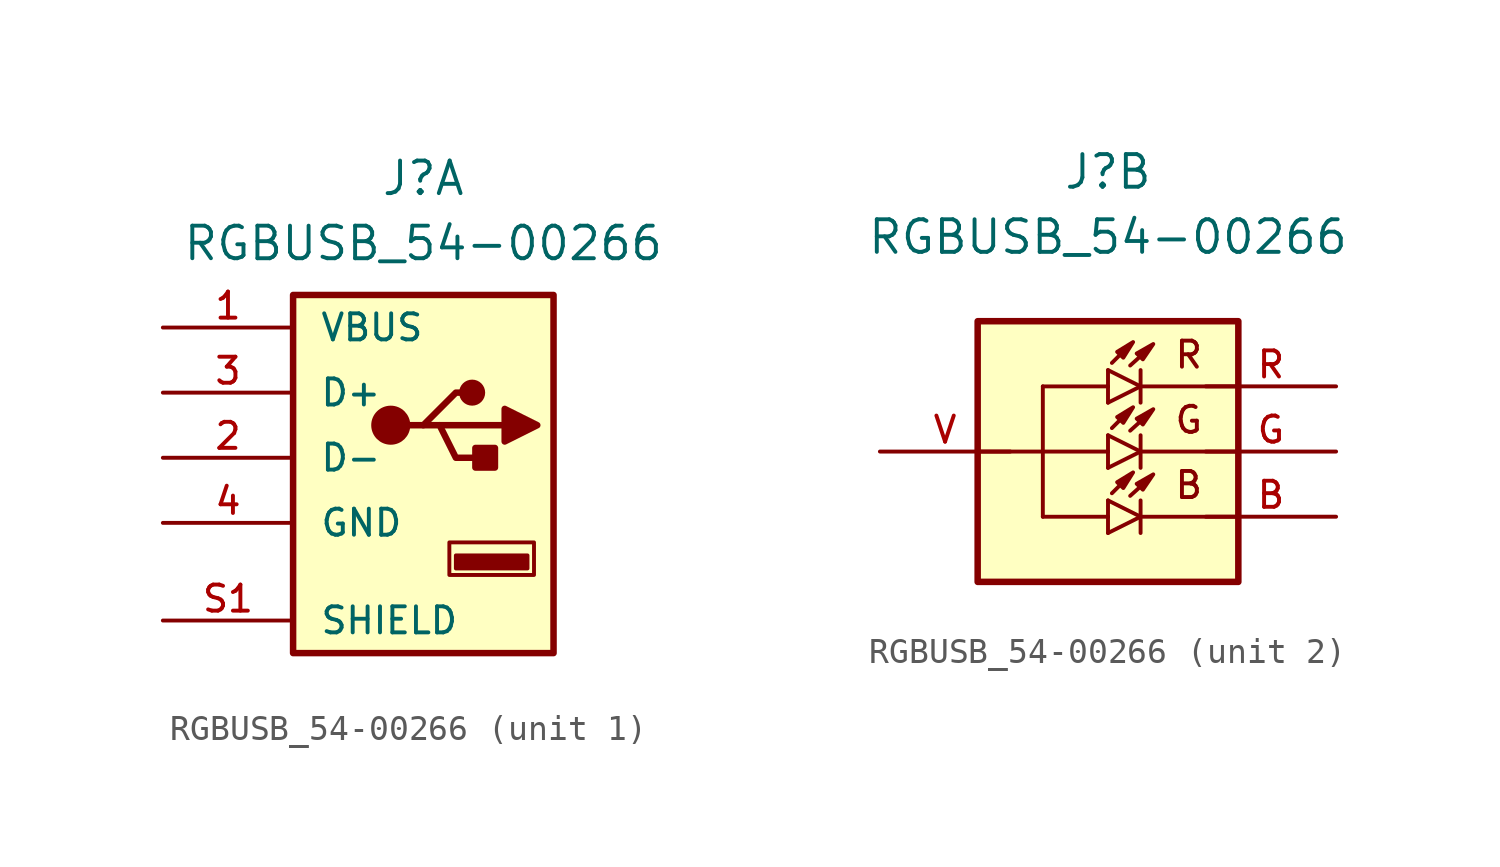
<source format=kicad_sym>
(kicad_symbol_lib
  (version 20220914)
  (generator kicad_symbol_editor)
  (symbol "RGBUSB_54-00266"
    (pin_names
      (offset 1.016))
    (property "Reference" "J"
      (at 0 10.16 0)
      (effects (font (size 1.27 1.27)) (justify bottom)))
    (property "Value" "RGBUSB_54-00266"
      (at 0 7.62 0)
      (effects (font (size 1.27 1.27)) (justify bottom)))
    (symbol "RGBUSB_54-00266_1_0"
      (rectangle (start -5.08 6.35) (end 5.08 -7.62) (stroke (width 0.254) (type default)) (fill (type background)))
      (pin power_in line (at -10.16 5.08 0) (length 5.08) (name "VBUS" (effects (font (size 1.016 1.016)))) (number "1" (effects (font (size 1.016 1.016)))))
      (pin bidirectional line (at -10.16 0 0) (length 5.08) (name "D-" (effects (font (size 1.016 1.016)))) (number "2" (effects (font (size 1.016 1.016)))))
      (pin bidirectional line (at -10.16 2.54 0) (length 5.08) (name "D+" (effects (font (size 1.016 1.016)))) (number "3" (effects (font (size 1.016 1.016)))))
      (pin power_in line (at -10.16 -2.54 0) (length 5.08) (name "GND" (effects (font (size 1.016 1.016)))) (number "4" (effects (font (size 1.016 1.016)))))
      (pin passive line (at -10.16 -6.35 0) (length 5.08) (name "SHIELD" (effects (font (size 1.016 1.016)))) (number "S1" (effects (font (size 1.016 1.016)))))
      (pin passive line (at -10.16 -6.35 0) (length 5.08) hide (name "SHIELD" (effects (font (size 1.016 1.016)))) (number "S2" (effects (font (size 1.016 1.016)))))
      (pin passive line (at -10.16 -6.35 0) (length 5.08) hide (name "SHIELD" (effects (font (size 1.016 1.016)))) (number "S3" (effects (font (size 1.016 1.016)))))
      (pin passive line (at -10.16 -6.35 0) (length 5.08) hide (name "SHIELD" (effects (font (size 1.016 1.016)))) (number "S4" (effects (font (size 1.016 1.016)))))
      (pin passive line (at -10.16 -6.35 0) (length 5.08) hide (name "SHIELD" (effects (font (size 1.016 1.016)))) (number "S5" (effects (font (size 1.016 1.016))))))
    (symbol "RGBUSB_54-00266_1_1"
      (circle (center -1.27 1.27) (radius 0.635) (stroke (width 0.254) (type default)) (fill (type outline)))
      (polyline (pts (xy 0.635 1.27) (xy 3.175 1.27)) (stroke (width 0.254) (type default)) (fill (type none)))
      (polyline (pts (xy -0.635 1.27) (xy 0 1.27) (xy 1.27 2.54) (xy 1.905 2.54)) (stroke (width 0.254) (type default)) (fill (type none)))
      (polyline (pts (xy 0 1.27) (xy 0.635 1.27) (xy 1.27 0) (xy 2.54 0)) (stroke (width 0.254) (type default)) (fill (type none)))
      (polyline (pts (xy 3.175 1.905) (xy 3.175 0.635) (xy 4.445 1.27) (xy 3.175 1.905)) (stroke (width 0.254) (type default)) (fill (type outline)))
      (rectangle (start 1.016 -3.302) (end 4.318 -4.572) (stroke (width 0) (type default)) (fill (type none)))
      (rectangle (start 1.27 -3.81) (end 4.064 -4.318) (stroke (width 0) (type default)) (fill (type outline)))
      (circle (center 1.905 2.54) (radius 0.381) (stroke (width 0.254) (type default)) (fill (type outline)))
      (rectangle (start 2.032 0.381) (end 2.794 -0.381) (stroke (width 0.254) (type default)) (fill (type outline))))
    (symbol "RGBUSB_54-00266_2_0"
      (rectangle (start -5.08 -5.08) (end 5.08 5.08) (stroke (width 0.254) (type default)) (fill (type background)))
      (polyline (pts (xy -5.08 0) (xy -2.54 0)) (stroke (width 0.152) (type default)) (fill (type none)))
      (polyline (pts (xy -2.54 0) (xy -2.54 -2.54)) (stroke (width 0.152) (type default)) (fill (type none)))
      (polyline (pts (xy -2.54 0) (xy 0 0)) (stroke (width 0.152) (type default)) (fill (type none)))
      (polyline (pts (xy -2.54 2.54) (xy -2.54 0)) (stroke (width 0.152) (type default)) (fill (type none)))
      (polyline (pts (xy 0 -3.175) (xy 1.27 -2.54)) (stroke (width 0.152) (type default)) (fill (type none)))
      (polyline (pts (xy 0 -2.54) (xy -2.54 -2.54)) (stroke (width 0.152) (type default)) (fill (type none)))
      (polyline (pts (xy 0 -2.54) (xy 0 -3.175)) (stroke (width 0.152) (type default)) (fill (type none)))
      (polyline (pts (xy 0 -1.905) (xy 0 -2.54)) (stroke (width 0.152) (type default)) (fill (type none)))
      (polyline (pts (xy 0 -0.635) (xy 1.27 0)) (stroke (width 0.152) (type default)) (fill (type none)))
      (polyline (pts (xy 0 0) (xy 0 -0.635)) (stroke (width 0.152) (type default)) (fill (type none)))
      (polyline (pts (xy 0 0.635) (xy 0 0)) (stroke (width 0.152) (type default)) (fill (type none)))
      (polyline (pts (xy 0 1.905) (xy 1.27 2.54)) (stroke (width 0.152) (type default)) (fill (type none)))
      (polyline (pts (xy 0 2.54) (xy -2.54 2.54)) (stroke (width 0.152) (type default)) (fill (type none)))
      (polyline (pts (xy 0 2.54) (xy 0 1.905)) (stroke (width 0.152) (type default)) (fill (type none)))
      (polyline (pts (xy 0 3.175) (xy 0 2.54)) (stroke (width 0.152) (type default)) (fill (type none)))
      (polyline (pts (xy 0.813 -0.965) (xy 0.152 -1.626)) (stroke (width 0.152) (type default)) (fill (type none)))
      (polyline (pts (xy 0.813 1.575) (xy 0.152 0.914)) (stroke (width 0.152) (type default)) (fill (type none)))
      (polyline (pts (xy 0.813 4.115) (xy 0.152 3.454)) (stroke (width 0.152) (type default)) (fill (type none)))
      (polyline (pts (xy 1.27 -2.54) (xy 0 -1.905)) (stroke (width 0.152) (type default)) (fill (type none)))
      (polyline (pts (xy 1.27 -2.54) (xy 1.27 -3.175)) (stroke (width 0.152) (type default)) (fill (type none)))
      (polyline (pts (xy 1.27 -1.905) (xy 1.27 -2.54)) (stroke (width 0.152) (type default)) (fill (type none)))
      (polyline (pts (xy 1.27 0) (xy 0 0.635)) (stroke (width 0.152) (type default)) (fill (type none)))
      (polyline (pts (xy 1.27 0) (xy 1.27 -0.635)) (stroke (width 0.152) (type default)) (fill (type none)))
      (polyline (pts (xy 1.27 0.635) (xy 1.27 0)) (stroke (width 0.152) (type default)) (fill (type none)))
      (polyline (pts (xy 1.27 2.54) (xy 0 3.175)) (stroke (width 0.152) (type default)) (fill (type none)))
      (polyline (pts (xy 1.27 2.54) (xy 1.27 1.905)) (stroke (width 0.152) (type default)) (fill (type none)))
      (polyline (pts (xy 1.27 3.175) (xy 1.27 2.54)) (stroke (width 0.152) (type default)) (fill (type none)))
      (polyline (pts (xy 1.626 -1.041) (xy 0.864 -1.727)) (stroke (width 0.152) (type default)) (fill (type none)))
      (polyline (pts (xy 1.626 1.499) (xy 0.864 0.813)) (stroke (width 0.152) (type default)) (fill (type none)))
      (polyline (pts (xy 1.626 4.039) (xy 0.864 3.353)) (stroke (width 0.152) (type default)) (fill (type none)))
      (polyline (pts (xy 5.08 -2.54) (xy 1.27 -2.54)) (stroke (width 0.152) (type default)) (fill (type none)))
      (polyline (pts (xy 5.08 0) (xy 1.27 0)) (stroke (width 0.152) (type default)) (fill (type none)))
      (polyline (pts (xy 5.08 2.54) (xy 1.27 2.54)) (stroke (width 0.152) (type default)) (fill (type none)))
      (polyline (pts (xy 0.356 -1.194) (xy 0.597 -1.422) (xy 0.978 -0.813) (xy 0.356 -1.194)) (stroke (width 0.152) (type default)) (fill (type outline)))
      (polyline (pts (xy 0.356 1.346) (xy 0.597 1.118) (xy 0.978 1.727) (xy 0.356 1.346)) (stroke (width 0.152) (type default)) (fill (type outline)))
      (polyline (pts (xy 0.356 3.886) (xy 0.597 3.658) (xy 0.978 4.267) (xy 0.356 3.886)) (stroke (width 0.152) (type default)) (fill (type outline)))
      (polyline (pts (xy 1.118 -1.257) (xy 1.359 -1.486) (xy 1.765 -0.889) (xy 1.118 -1.257)) (stroke (width 0.152) (type default)) (fill (type outline)))
      (polyline (pts (xy 1.118 1.283) (xy 1.359 1.054) (xy 1.765 1.651) (xy 1.118 1.283)) (stroke (width 0.152) (type default)) (fill (type outline)))
      (polyline (pts (xy 1.118 3.823) (xy 1.359 3.594) (xy 1.765 4.191) (xy 1.118 3.823)) (stroke (width 0.152) (type default)) (fill (type outline)))
      (text "B" (at 2.54 -1.905 0) (effects (font (size 1.016 1.016)) (justify left bottom)))
      (text "G" (at 2.54 0.635 0) (effects (font (size 1.016 1.016)) (justify left bottom)))
      (text "R" (at 2.54 3.175 0) (effects (font (size 1.016 1.016)) (justify left bottom)))
      (pin passive line (at 8.89 -2.54 180) (length 5.08) (name "~" (effects (font (size 1.016 1.016)))) (number "B" (effects (font (size 1.016 1.016)))))
      (pin passive line (at 8.89 0 180) (length 5.08) (name "~" (effects (font (size 1.016 1.016)))) (number "G" (effects (font (size 1.016 1.016)))))
      (pin passive line (at 8.89 2.54 180) (length 5.08) (name "~" (effects (font (size 1.016 1.016)))) (number "R" (effects (font (size 1.016 1.016)))))
      (pin passive line (at -8.89 0 0) (length 5.08) (name "~" (effects (font (size 1.016 1.016)))) (number "V" (effects (font (size 1.016 1.016))))))))
</source>
